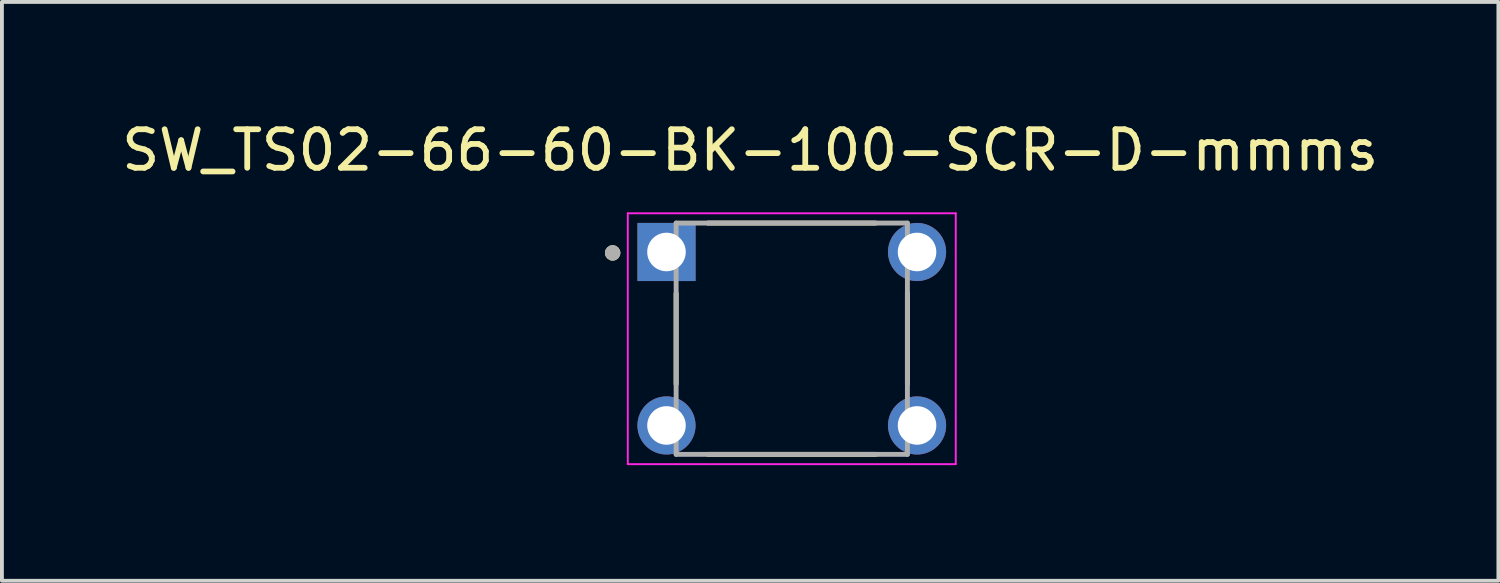
<source format=kicad_pcb>
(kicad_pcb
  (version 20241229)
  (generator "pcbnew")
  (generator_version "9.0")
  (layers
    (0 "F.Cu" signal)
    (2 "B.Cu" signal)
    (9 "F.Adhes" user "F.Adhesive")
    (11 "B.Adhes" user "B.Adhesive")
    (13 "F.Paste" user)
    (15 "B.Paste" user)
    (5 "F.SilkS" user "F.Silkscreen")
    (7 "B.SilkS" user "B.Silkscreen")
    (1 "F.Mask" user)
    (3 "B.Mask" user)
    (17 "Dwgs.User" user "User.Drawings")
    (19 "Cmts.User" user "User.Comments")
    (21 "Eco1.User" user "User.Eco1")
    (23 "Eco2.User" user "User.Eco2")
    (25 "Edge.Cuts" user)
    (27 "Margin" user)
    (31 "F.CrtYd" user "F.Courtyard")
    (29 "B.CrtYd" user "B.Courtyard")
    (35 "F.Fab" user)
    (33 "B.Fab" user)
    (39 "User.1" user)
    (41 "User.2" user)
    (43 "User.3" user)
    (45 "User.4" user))
  (footprint "SW_TS02-66-60-BK-100-SCR-D-mmms"
    (layer "F.Cu")
    (at 17.49 5.737)
    (property "Reference" "SW_TS02-66-60-BK-100-SCR-D-mmms" (at -1.079 -4.889 0) (layer "F.SilkS") (effects (font (size 1 1) (thickness 0.15))))
    (attr through_hole)
    (fp_line (start -3 -1.176) (end -3 1.176) (stroke (width 0.127) (type solid)) (layer "F.SilkS"))
    (fp_line (start -2.176 -3) (end 2.176 -3) (stroke (width 0.127) (type solid)) (layer "F.SilkS"))
    (fp_line (start -2.176 3) (end 2.176 3) (stroke (width 0.127) (type solid)) (layer "F.SilkS"))
    (fp_line (start 3 -1.176) (end 3 1.176) (stroke (width 0.127) (type solid)) (layer "F.SilkS"))
    (fp_circle (center -4.647 -2.226) (end -4.547 -2.226) (stroke (width 0.2) (type solid)) (fill no) (layer "F.SilkS"))
    (fp_line (start -4.254 -3.254) (end -4.254 3.254) (stroke (width 0.05) (type solid)) (layer "F.CrtYd"))
    (fp_line (start -4.254 3.254) (end 4.254 3.254) (stroke (width 0.05) (type solid)) (layer "F.CrtYd"))
    (fp_line (start 4.254 -3.254) (end -4.254 -3.254) (stroke (width 0.05) (type solid)) (layer "F.CrtYd"))
    (fp_line (start 4.254 3.254) (end 4.254 -3.254) (stroke (width 0.05) (type solid)) (layer "F.CrtYd"))
    (fp_line (start -3 -3) (end 3 -3) (stroke (width 0.127) (type solid)) (layer "F.Fab"))
    (fp_line (start -3 3) (end -3 -3) (stroke (width 0.127) (type solid)) (layer "F.Fab"))
    (fp_line (start 3 -3) (end 3 3) (stroke (width 0.127) (type solid)) (layer "F.Fab"))
    (fp_line (start 3 3) (end -3 3) (stroke (width 0.127) (type solid)) (layer "F.Fab"))
    (fp_circle (center -4.647 -2.226) (end -4.547 -2.226) (stroke (width 0.2) (type solid)) (fill no) (layer "F.Fab"))
    (pad "1" thru_hole rect (at -3.25 -2.25) (size 1.508 1.508) (drill 1) (layers "*.Cu" "*.Mask"))
    (pad "2" thru_hole circle (at 3.25 -2.25) (size 1.508 1.508) (drill 1) (layers "*.Cu" "*.Mask"))
    (pad "3" thru_hole circle (at -3.25 2.25) (size 1.508 1.508) (drill 1) (layers "*.Cu" "*.Mask"))
    (pad "4" thru_hole circle (at 3.25 2.25) (size 1.508 1.508) (drill 1) (layers "*.Cu" "*.Mask")))
  (gr_rect
    (start -3 -3)
    (end 35.821 12.016)
    (stroke (width 0.1) (type default))
    (fill no)
    (layer "Edge.Cuts")))
</source>
